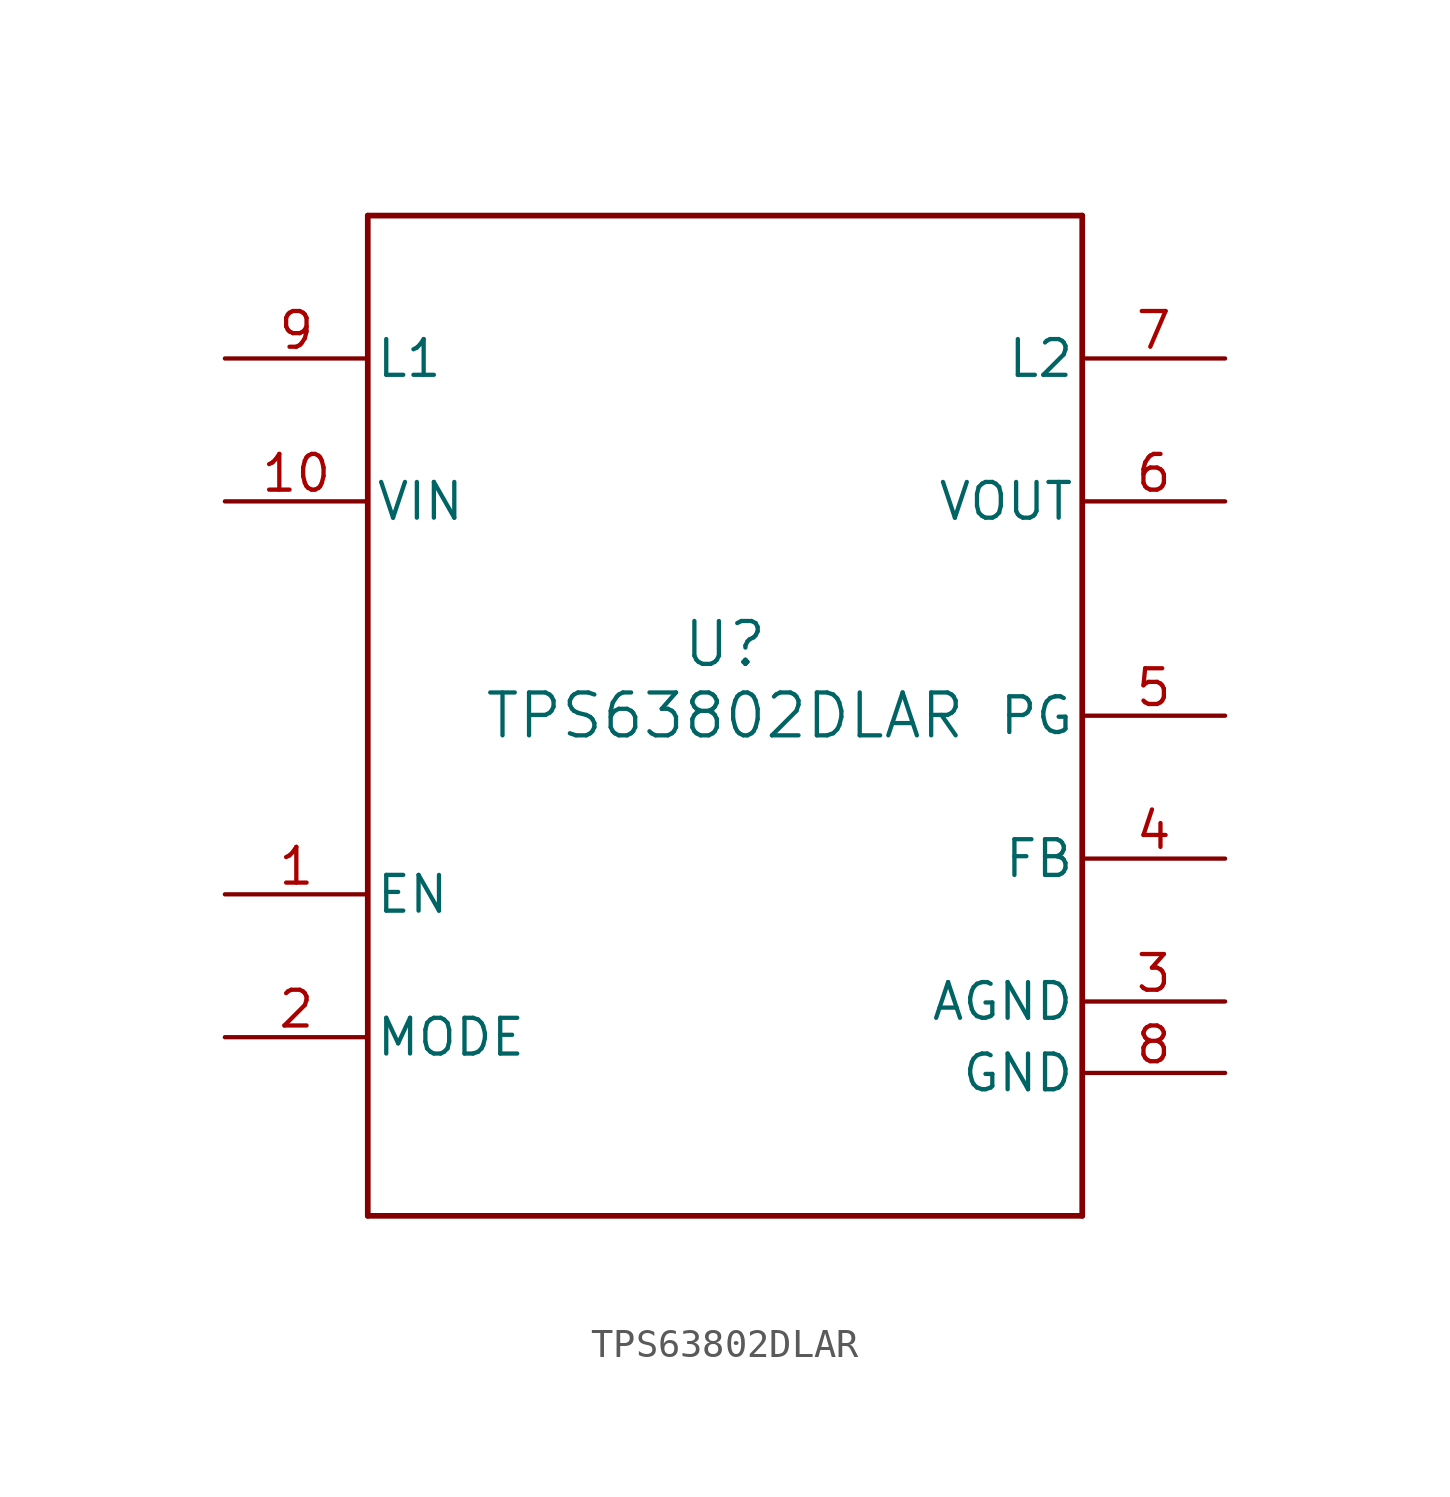
<source format=kicad_sym>
(kicad_symbol_lib
  (version 20241209)
  (generator "kicad_symbol_editor")
  (generator_version "9.0")
  (symbol "TPS63802DLAR"
    (pin_names
      (offset 0.254))
    (property "Reference" "U"
      (at 0 2.54 0)
      (effects (font (size 1.524 1.524))))
    (property "Value" "TPS63802DLAR"
      (at 0 0 0)
      (effects (font (size 1.524 1.524))))
    (symbol "TPS63802DLAR_0_1"
      (polyline (pts (xy -12.7 17.78) (xy -12.7 -17.78)) (stroke (width 0.203) (type default)) (fill (type none)))
      (polyline (pts (xy -12.7 -17.78) (xy 12.7 -17.78)) (stroke (width 0.203) (type default)) (fill (type none)))
      (polyline (pts (xy 12.7 17.78) (xy -12.7 17.78)) (stroke (width 0.203) (type default)) (fill (type none)))
      (polyline (pts (xy 12.7 -17.78) (xy 12.7 17.78)) (stroke (width 0.203) (type default)) (fill (type none)))
      (pin passive line (at -17.78 12.7 0) (length 5.08) (name "L1" (effects (font (size 1.27 1.27)))) (number "9" (effects (font (size 1.27 1.27)))))
      (pin power_in line (at -17.78 7.62 0) (length 5.08) (name "VIN" (effects (font (size 1.27 1.27)))) (number "10" (effects (font (size 1.27 1.27)))))
      (pin input line (at -17.78 -6.35 0) (length 5.08) (name "EN" (effects (font (size 1.27 1.27)))) (number "1" (effects (font (size 1.27 1.27)))))
      (pin input line (at -17.78 -11.43 0) (length 5.08) (name "MODE" (effects (font (size 1.27 1.27)))) (number "2" (effects (font (size 1.27 1.27)))))
      (pin passive line (at 17.78 12.7 180) (length 5.08) (name "L2" (effects (font (size 1.27 1.27)))) (number "7" (effects (font (size 1.27 1.27)))))
      (pin power_out line (at 17.78 7.62 180) (length 5.08) (name "VOUT" (effects (font (size 1.27 1.27)))) (number "6" (effects (font (size 1.27 1.27)))))
      (pin open_collector line (at 17.78 0 180) (length 5.08) (name "PG" (effects (font (size 1.27 1.27)))) (number "5" (effects (font (size 1.27 1.27)))))
      (pin input line (at 17.78 -5.08 180) (length 5.08) (name "FB" (effects (font (size 1.27 1.27)))) (number "4" (effects (font (size 1.27 1.27)))))
      (pin power_in line (at 17.78 -10.16 180) (length 5.08) (name "AGND" (effects (font (size 1.27 1.27)))) (number "3" (effects (font (size 1.27 1.27)))))
      (pin power_in line (at 17.78 -12.7 180) (length 5.08) (name "GND" (effects (font (size 1.27 1.27)))) (number "8" (effects (font (size 1.27 1.27))))))))
</source>
